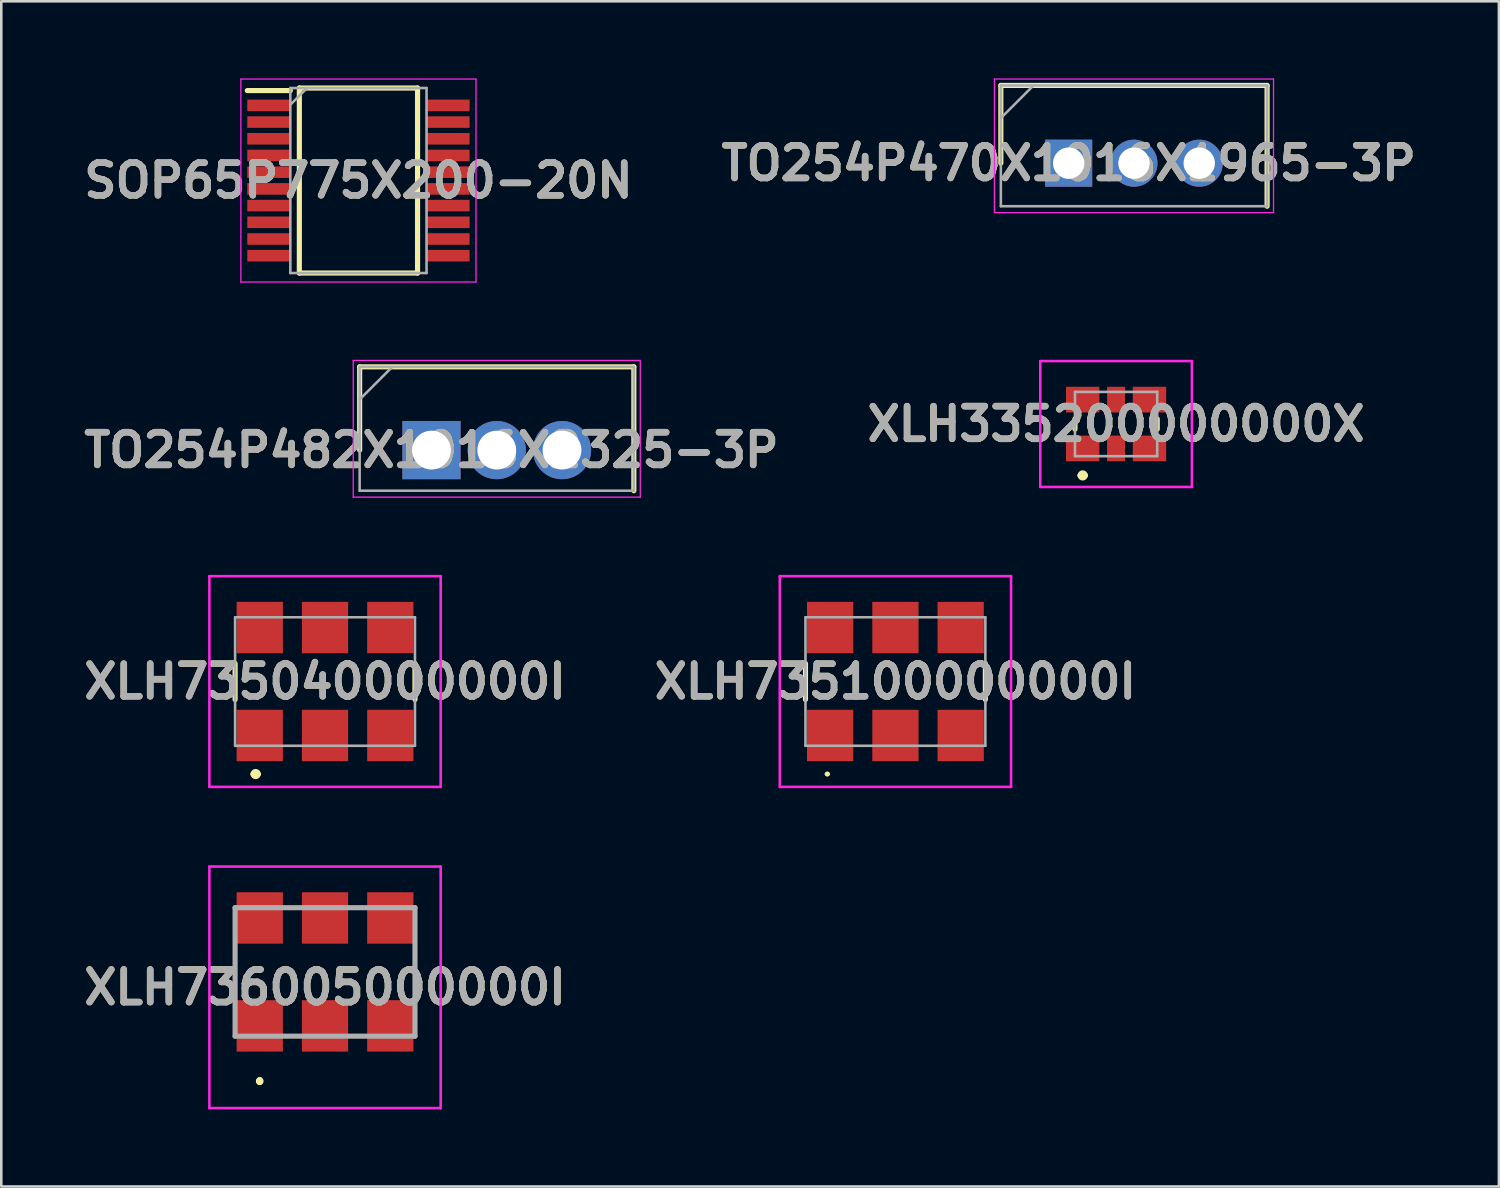
<source format=kicad_pcb>
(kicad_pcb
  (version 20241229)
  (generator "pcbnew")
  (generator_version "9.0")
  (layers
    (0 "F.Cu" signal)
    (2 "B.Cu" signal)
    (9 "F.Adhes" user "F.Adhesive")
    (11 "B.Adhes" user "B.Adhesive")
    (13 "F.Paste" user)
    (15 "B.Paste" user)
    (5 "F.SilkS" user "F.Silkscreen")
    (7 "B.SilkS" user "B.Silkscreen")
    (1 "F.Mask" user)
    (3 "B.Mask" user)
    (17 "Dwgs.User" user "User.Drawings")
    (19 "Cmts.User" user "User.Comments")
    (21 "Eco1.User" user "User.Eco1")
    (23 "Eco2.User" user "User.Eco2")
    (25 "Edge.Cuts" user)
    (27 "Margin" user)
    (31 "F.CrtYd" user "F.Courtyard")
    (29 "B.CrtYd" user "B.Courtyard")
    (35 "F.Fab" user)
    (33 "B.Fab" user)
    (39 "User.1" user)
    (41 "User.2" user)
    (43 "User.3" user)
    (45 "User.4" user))
  (footprint "XLH735040000000I"
    (layer "F.Cu")
    (at 9.598 23.47)
    (property "Reference" "XLH735040000000I" (at 0 0 0) (layer "F.SilkS") (effects (font (size 1.27 1.27) (thickness 0.254))))
    (attr smd)
    (fp_line (start -3.5 -0.7) (end -3.5 0.7) (stroke (width 0.2) (type solid)) (layer "F.SilkS"))
    (fp_line (start -2.8 3.6) (end -2.8 3.6) (stroke (width 0.2) (type solid)) (layer "F.SilkS"))
    (fp_line (start -2.6 3.6) (end -2.6 3.6) (stroke (width 0.2) (type solid)) (layer "F.SilkS"))
    (fp_line (start 3.5 -0.7) (end 3.5 0.7) (stroke (width 0.2) (type solid)) (layer "F.SilkS"))
    (fp_arc (start -2.8 3.6) (mid -2.7 3.5) (end -2.6 3.6) (stroke (width 0.2) (type solid)) (layer "F.SilkS"))
    (fp_arc (start -2.6 3.6) (mid -2.7 3.7) (end -2.8 3.6) (stroke (width 0.2) (type solid)) (layer "F.SilkS"))
    (fp_line (start -4.5 -4.1) (end 4.5 -4.1) (stroke (width 0.1) (type solid)) (layer "F.CrtYd"))
    (fp_line (start -4.5 4.1) (end -4.5 -4.1) (stroke (width 0.1) (type solid)) (layer "F.CrtYd"))
    (fp_line (start 4.5 -4.1) (end 4.5 4.1) (stroke (width 0.1) (type solid)) (layer "F.CrtYd"))
    (fp_line (start 4.5 4.1) (end -4.5 4.1) (stroke (width 0.1) (type solid)) (layer "F.CrtYd"))
    (fp_line (start -3.5 -2.5) (end 3.5 -2.5) (stroke (width 0.1) (type solid)) (layer "F.Fab"))
    (fp_line (start -3.5 2.5) (end -3.5 -2.5) (stroke (width 0.1) (type solid)) (layer "F.Fab"))
    (fp_line (start 3.5 -2.5) (end 3.5 2.5) (stroke (width 0.1) (type solid)) (layer "F.Fab"))
    (fp_line (start 3.5 2.5) (end -3.5 2.5) (stroke (width 0.1) (type solid)) (layer "F.Fab"))
    (fp_text user "${REFERENCE}" (at 0 0 0) (layer "F.Fab") (effects (font (size 1.27 1.27) (thickness 0.254))))
    (pad "1" smd rect (at -2.54 2.1) (size 1.8 2) (layers "F.Cu" "F.Mask" "F.Paste"))
    (pad "2" smd rect (at 0 2.1) (size 1.8 2) (layers "F.Cu" "F.Mask" "F.Paste"))
    (pad "3" smd rect (at 2.54 2.1) (size 1.8 2) (layers "F.Cu" "F.Mask" "F.Paste"))
    (pad "4" smd rect (at 2.54 -2.1) (size 1.8 2) (layers "F.Cu" "F.Mask" "F.Paste"))
    (pad "5" smd rect (at 0 -2.1) (size 1.8 2) (layers "F.Cu" "F.Mask" "F.Paste"))
    (pad "6" smd rect (at -2.54 -2.1) (size 1.8 2) (layers "F.Cu" "F.Mask" "F.Paste")))
  (footprint "TO254P482X1016X2325-3P"
    (layer "F.Cu")
    (at 13.74 14.465)
    (property "Reference" "TO254P482X1016X2325-3P" (at 0 0 0) (layer "F.SilkS") (effects (font (size 1.27 1.27) (thickness 0.254))))
    (attr through_hole)
    (fp_line (start -2.795 -3.24) (end -2.795 0) (stroke (width 0.2) (type solid)) (layer "F.SilkS"))
    (fp_line (start 7.875 -3.24) (end -2.795 -3.24) (stroke (width 0.2) (type solid)) (layer "F.SilkS"))
    (fp_line (start 7.875 1.58) (end 7.875 -3.24) (stroke (width 0.2) (type solid)) (layer "F.SilkS"))
    (fp_line (start -3.045 -3.49) (end 8.125 -3.49) (stroke (width 0.05) (type solid)) (layer "F.CrtYd"))
    (fp_line (start -3.045 1.83) (end -3.045 -3.49) (stroke (width 0.05) (type solid)) (layer "F.CrtYd"))
    (fp_line (start 8.125 -3.49) (end 8.125 1.83) (stroke (width 0.05) (type solid)) (layer "F.CrtYd"))
    (fp_line (start 8.125 1.83) (end -3.045 1.83) (stroke (width 0.05) (type solid)) (layer "F.CrtYd"))
    (fp_line (start -2.795 -3.24) (end 7.875 -3.24) (stroke (width 0.1) (type solid)) (layer "F.Fab"))
    (fp_line (start -2.795 -1.97) (end -1.525 -3.24) (stroke (width 0.1) (type solid)) (layer "F.Fab"))
    (fp_line (start -2.795 1.58) (end -2.795 -3.24) (stroke (width 0.1) (type solid)) (layer "F.Fab"))
    (fp_line (start 7.875 -3.24) (end 7.875 1.58) (stroke (width 0.1) (type solid)) (layer "F.Fab"))
    (fp_line (start 7.875 1.58) (end -2.795 1.58) (stroke (width 0.1) (type solid)) (layer "F.Fab"))
    (fp_text user "${REFERENCE}" (at 0 0 0) (layer "F.Fab") (effects (font (size 1.27 1.27) (thickness 0.254))))
    (pad "1" thru_hole rect (at 0 0) (size 2.265 2.265) (drill 1.51) (layers "*.Cu" "*.Mask"))
    (pad "2" thru_hole circle (at 2.54 0) (size 2.265 2.265) (drill 1.51) (layers "*.Cu" "*.Mask"))
    (pad "3" thru_hole circle (at 5.08 0) (size 2.265 2.265) (drill 1.51) (layers "*.Cu" "*.Mask")))
  (footprint "SOP65P775X200-20N"
    (layer "F.Cu")
    (at 10.898 3.975)
    (property "Reference" "SOP65P775X200-20N" (at 0 0 0) (layer "F.SilkS") (effects (font (size 1.27 1.27) (thickness 0.254))))
    (attr smd)
    (fp_line (start -4.325 -3.5) (end -2.65 -3.5) (stroke (width 0.2) (type solid)) (layer "F.SilkS"))
    (fp_line (start -2.3 -3.6) (end 2.3 -3.6) (stroke (width 0.2) (type solid)) (layer "F.SilkS"))
    (fp_line (start -2.3 3.6) (end -2.3 -3.6) (stroke (width 0.2) (type solid)) (layer "F.SilkS"))
    (fp_line (start 2.3 -3.6) (end 2.3 3.6) (stroke (width 0.2) (type solid)) (layer "F.SilkS"))
    (fp_line (start 2.3 3.6) (end -2.3 3.6) (stroke (width 0.2) (type solid)) (layer "F.SilkS"))
    (fp_line (start -4.575 -3.95) (end 4.575 -3.95) (stroke (width 0.05) (type solid)) (layer "F.CrtYd"))
    (fp_line (start -4.575 3.95) (end -4.575 -3.95) (stroke (width 0.05) (type solid)) (layer "F.CrtYd"))
    (fp_line (start 4.575 -3.95) (end 4.575 3.95) (stroke (width 0.05) (type solid)) (layer "F.CrtYd"))
    (fp_line (start 4.575 3.95) (end -4.575 3.95) (stroke (width 0.05) (type solid)) (layer "F.CrtYd"))
    (fp_line (start -2.65 -3.6) (end 2.65 -3.6) (stroke (width 0.1) (type solid)) (layer "F.Fab"))
    (fp_line (start -2.65 -2.95) (end -2 -3.6) (stroke (width 0.1) (type solid)) (layer "F.Fab"))
    (fp_line (start -2.65 3.6) (end -2.65 -3.6) (stroke (width 0.1) (type solid)) (layer "F.Fab"))
    (fp_line (start 2.65 -3.6) (end 2.65 3.6) (stroke (width 0.1) (type solid)) (layer "F.Fab"))
    (fp_line (start 2.65 3.6) (end -2.65 3.6) (stroke (width 0.1) (type solid)) (layer "F.Fab"))
    (fp_text user "${REFERENCE}" (at 0 0 0) (layer "F.Fab") (effects (font (size 1.27 1.27) (thickness 0.254))))
    (pad "1" smd rect (at -3.488 -2.925 90) (size 0.45 1.675) (layers "F.Cu" "F.Mask" "F.Paste"))
    (pad "2" smd rect (at -3.488 -2.275 90) (size 0.45 1.675) (layers "F.Cu" "F.Mask" "F.Paste"))
    (pad "3" smd rect (at -3.488 -1.625 90) (size 0.45 1.675) (layers "F.Cu" "F.Mask" "F.Paste"))
    (pad "4" smd rect (at -3.488 -0.975 90) (size 0.45 1.675) (layers "F.Cu" "F.Mask" "F.Paste"))
    (pad "5" smd rect (at -3.488 -0.325 90) (size 0.45 1.675) (layers "F.Cu" "F.Mask" "F.Paste"))
    (pad "6" smd rect (at -3.488 0.325 90) (size 0.45 1.675) (layers "F.Cu" "F.Mask" "F.Paste"))
    (pad "7" smd rect (at -3.488 0.975 90) (size 0.45 1.675) (layers "F.Cu" "F.Mask" "F.Paste"))
    (pad "8" smd rect (at -3.488 1.625 90) (size 0.45 1.675) (layers "F.Cu" "F.Mask" "F.Paste"))
    (pad "9" smd rect (at -3.488 2.275 90) (size 0.45 1.675) (layers "F.Cu" "F.Mask" "F.Paste"))
    (pad "10" smd rect (at -3.488 2.925 90) (size 0.45 1.675) (layers "F.Cu" "F.Mask" "F.Paste"))
    (pad "11" smd rect (at 3.488 2.925 90) (size 0.45 1.675) (layers "F.Cu" "F.Mask" "F.Paste"))
    (pad "12" smd rect (at 3.488 2.275 90) (size 0.45 1.675) (layers "F.Cu" "F.Mask" "F.Paste"))
    (pad "13" smd rect (at 3.488 1.625 90) (size 0.45 1.675) (layers "F.Cu" "F.Mask" "F.Paste"))
    (pad "14" smd rect (at 3.488 0.975 90) (size 0.45 1.675) (layers "F.Cu" "F.Mask" "F.Paste"))
    (pad "15" smd rect (at 3.488 0.325 90) (size 0.45 1.675) (layers "F.Cu" "F.Mask" "F.Paste"))
    (pad "16" smd rect (at 3.488 -0.325 90) (size 0.45 1.675) (layers "F.Cu" "F.Mask" "F.Paste"))
    (pad "17" smd rect (at 3.488 -0.975 90) (size 0.45 1.675) (layers "F.Cu" "F.Mask" "F.Paste"))
    (pad "18" smd rect (at 3.488 -1.625 90) (size 0.45 1.675) (layers "F.Cu" "F.Mask" "F.Paste"))
    (pad "19" smd rect (at 3.488 -2.275 90) (size 0.45 1.675) (layers "F.Cu" "F.Mask" "F.Paste"))
    (pad "20" smd rect (at 3.488 -2.925 90) (size 0.45 1.675) (layers "F.Cu" "F.Mask" "F.Paste")))
  (footprint "XLH335200000000X"
    (layer "F.Cu")
    (at 40.38 13.45)
    (property "Reference" "XLH335200000000X" (at 0 0 0) (layer "F.SilkS") (effects (font (size 1.27 1.27) (thickness 0.254))))
    (attr smd)
    (fp_line (start -1.6 0.2) (end -1.6 -0.2) (stroke (width 0.2) (type solid)) (layer "F.SilkS"))
    (fp_line (start -1.4 2) (end -1.4 2) (stroke (width 0.2) (type solid)) (layer "F.SilkS"))
    (fp_line (start -1.2 2) (end -1.2 2) (stroke (width 0.2) (type solid)) (layer "F.SilkS"))
    (fp_line (start 1.6 0.2) (end 1.6 -0.2) (stroke (width 0.2) (type solid)) (layer "F.SilkS"))
    (fp_arc (start -1.4 2) (mid -1.3 1.9) (end -1.2 2) (stroke (width 0.2) (type solid)) (layer "F.SilkS"))
    (fp_arc (start -1.2 2) (mid -1.3 2.1) (end -1.4 2) (stroke (width 0.2) (type solid)) (layer "F.SilkS"))
    (fp_line (start -2.95 -2.45) (end 2.95 -2.45) (stroke (width 0.1) (type solid)) (layer "F.CrtYd"))
    (fp_line (start -2.95 2.45) (end -2.95 -2.45) (stroke (width 0.1) (type solid)) (layer "F.CrtYd"))
    (fp_line (start 2.95 -2.45) (end 2.95 2.45) (stroke (width 0.1) (type solid)) (layer "F.CrtYd"))
    (fp_line (start 2.95 2.45) (end -2.95 2.45) (stroke (width 0.1) (type solid)) (layer "F.CrtYd"))
    (fp_line (start -1.6 -1.25) (end 1.6 -1.25) (stroke (width 0.1) (type solid)) (layer "F.Fab"))
    (fp_line (start -1.6 1.25) (end -1.6 -1.25) (stroke (width 0.1) (type solid)) (layer "F.Fab"))
    (fp_line (start 1.6 -1.25) (end 1.6 1.25) (stroke (width 0.1) (type solid)) (layer "F.Fab"))
    (fp_line (start 1.6 1.25) (end -1.6 1.25) (stroke (width 0.1) (type solid)) (layer "F.Fab"))
    (fp_text user "${REFERENCE}" (at 0 0 0) (layer "F.Fab") (effects (font (size 1.27 1.27) (thickness 0.254))))
    (pad "1" smd rect (at -1.3 0.95 90) (size 1 1.3) (layers "F.Cu" "F.Mask" "F.Paste"))
    (pad "2" smd rect (at 0 0.95) (size 0.7 1) (layers "F.Cu" "F.Mask" "F.Paste"))
    (pad "3" smd rect (at 1.3 0.95 90) (size 1 1.3) (layers "F.Cu" "F.Mask" "F.Paste"))
    (pad "4" smd rect (at 1.3 -0.95 90) (size 1 1.3) (layers "F.Cu" "F.Mask" "F.Paste"))
    (pad "5" smd rect (at 0 -0.95) (size 0.7 1) (layers "F.Cu" "F.Mask" "F.Paste"))
    (pad "6" smd rect (at -1.3 -0.95 90) (size 1 1.3) (layers "F.Cu" "F.Mask" "F.Paste")))
  (footprint "XLH735100000000I"
    (layer "F.Cu")
    (at 31.793 23.47)
    (property "Reference" "XLH735100000000I" (at 0 0 0) (layer "F.SilkS") (effects (font (size 1.27 1.27) (thickness 0.254))))
    (attr smd)
    (fp_line (start -3.5 -0.7) (end -3.5 0.7) (stroke (width 0.2) (type solid)) (layer "F.SilkS"))
    (fp_line (start -2.7 3.6) (end -2.7 3.6) (stroke (width 0.1) (type solid)) (layer "F.SilkS"))
    (fp_line (start -2.6 3.6) (end -2.6 3.6) (stroke (width 0.1) (type solid)) (layer "F.SilkS"))
    (fp_line (start 3.5 -0.7) (end 3.5 0.7) (stroke (width 0.2) (type solid)) (layer "F.SilkS"))
    (fp_arc (start -2.7 3.6) (mid -2.65 3.55) (end -2.6 3.6) (stroke (width 0.1) (type solid)) (layer "F.SilkS"))
    (fp_arc (start -2.6 3.6) (mid -2.65 3.65) (end -2.7 3.6) (stroke (width 0.1) (type solid)) (layer "F.SilkS"))
    (fp_line (start -4.5 -4.1) (end 4.5 -4.1) (stroke (width 0.1) (type solid)) (layer "F.CrtYd"))
    (fp_line (start -4.5 4.1) (end -4.5 -4.1) (stroke (width 0.1) (type solid)) (layer "F.CrtYd"))
    (fp_line (start 4.5 -4.1) (end 4.5 4.1) (stroke (width 0.1) (type solid)) (layer "F.CrtYd"))
    (fp_line (start 4.5 4.1) (end -4.5 4.1) (stroke (width 0.1) (type solid)) (layer "F.CrtYd"))
    (fp_line (start -3.5 -2.5) (end 3.5 -2.5) (stroke (width 0.1) (type solid)) (layer "F.Fab"))
    (fp_line (start -3.5 2.5) (end -3.5 -2.5) (stroke (width 0.1) (type solid)) (layer "F.Fab"))
    (fp_line (start 3.5 -2.5) (end 3.5 2.5) (stroke (width 0.1) (type solid)) (layer "F.Fab"))
    (fp_line (start 3.5 2.5) (end -3.5 2.5) (stroke (width 0.1) (type solid)) (layer "F.Fab"))
    (fp_text user "${REFERENCE}" (at 0 0 0) (layer "F.Fab") (effects (font (size 1.27 1.27) (thickness 0.254))))
    (pad "1" smd rect (at -2.54 2.1) (size 1.8 2) (layers "F.Cu" "F.Mask" "F.Paste"))
    (pad "2" smd rect (at 0 2.1) (size 1.8 2) (layers "F.Cu" "F.Mask" "F.Paste"))
    (pad "3" smd rect (at 2.54 2.1) (size 1.8 2) (layers "F.Cu" "F.Mask" "F.Paste"))
    (pad "4" smd rect (at 2.54 -2.1) (size 1.8 2) (layers "F.Cu" "F.Mask" "F.Paste"))
    (pad "5" smd rect (at 0 -2.1) (size 1.8 2) (layers "F.Cu" "F.Mask" "F.Paste"))
    (pad "6" smd rect (at -2.54 -2.1) (size 1.8 2) (layers "F.Cu" "F.Mask" "F.Paste")))
  (footprint "TO254P470X1016X1965-3P"
    (layer "F.Cu")
    (at 38.536 3.3)
    (property "Reference" "TO254P470X1016X1965-3P" (at 0 0 0) (layer "F.SilkS") (effects (font (size 1.27 1.27) (thickness 0.254))))
    (attr through_hole)
    (fp_line (start -2.64 -3.025) (end -2.64 0) (stroke (width 0.2) (type solid)) (layer "F.SilkS"))
    (fp_line (start 7.72 -3.025) (end -2.64 -3.025) (stroke (width 0.2) (type solid)) (layer "F.SilkS"))
    (fp_line (start 7.72 1.675) (end 7.72 -3.025) (stroke (width 0.2) (type solid)) (layer "F.SilkS"))
    (fp_line (start -2.89 -3.275) (end 7.97 -3.275) (stroke (width 0.05) (type solid)) (layer "F.CrtYd"))
    (fp_line (start -2.89 1.925) (end -2.89 -3.275) (stroke (width 0.05) (type solid)) (layer "F.CrtYd"))
    (fp_line (start 7.97 -3.275) (end 7.97 1.925) (stroke (width 0.05) (type solid)) (layer "F.CrtYd"))
    (fp_line (start 7.97 1.925) (end -2.89 1.925) (stroke (width 0.05) (type solid)) (layer "F.CrtYd"))
    (fp_line (start -2.64 -3.025) (end 7.72 -3.025) (stroke (width 0.1) (type solid)) (layer "F.Fab"))
    (fp_line (start -2.64 -1.755) (end -1.37 -3.025) (stroke (width 0.1) (type solid)) (layer "F.Fab"))
    (fp_line (start -2.64 1.675) (end -2.64 -3.025) (stroke (width 0.1) (type solid)) (layer "F.Fab"))
    (fp_line (start 7.72 -3.025) (end 7.72 1.675) (stroke (width 0.1) (type solid)) (layer "F.Fab"))
    (fp_line (start 7.72 1.675) (end -2.64 1.675) (stroke (width 0.1) (type solid)) (layer "F.Fab"))
    (fp_text user "${REFERENCE}" (at 0 0 0) (layer "F.Fab") (effects (font (size 1.27 1.27) (thickness 0.254))))
    (pad "1" thru_hole rect (at 0 0) (size 1.83 1.83) (drill 1.22) (layers "*.Cu" "*.Mask"))
    (pad "2" thru_hole circle (at 2.54 0) (size 1.83 1.83) (drill 1.22) (layers "*.Cu" "*.Mask"))
    (pad "3" thru_hole circle (at 5.08 0) (size 1.83 1.83) (drill 1.22) (layers "*.Cu" "*.Mask")))
  (footprint "XLH736005000000I"
    (layer "F.Cu")
    (at 9.598 34.77)
    (property "Reference" "XLH736005000000I" (at 0 0.6 0) (layer "F.SilkS") (effects (font (size 1.27 1.27) (thickness 0.254))))
    (attr smd)
    (fp_line (start -3.5 -0.5) (end -3.5 -0.5) (stroke (width 0.1) (type solid)) (layer "F.SilkS"))
    (fp_line (start -3.5 -0.5) (end -3.5 0.5) (stroke (width 0.1) (type solid)) (layer "F.SilkS"))
    (fp_line (start -3.5 0.5) (end -3.5 -0.5) (stroke (width 0.1) (type solid)) (layer "F.SilkS"))
    (fp_line (start -3.5 0.5) (end -3.5 0.5) (stroke (width 0.1) (type solid)) (layer "F.SilkS"))
    (fp_line (start -2.54 4.2) (end -2.54 4.2) (stroke (width 0.2) (type solid)) (layer "F.SilkS"))
    (fp_line (start -2.54 4.2) (end -2.54 4.2) (stroke (width 0.2) (type solid)) (layer "F.SilkS"))
    (fp_line (start -2.54 4.3) (end -2.54 4.3) (stroke (width 0.2) (type solid)) (layer "F.SilkS"))
    (fp_line (start 3.5 -0.5) (end 3.5 -0.5) (stroke (width 0.1) (type solid)) (layer "F.SilkS"))
    (fp_line (start 3.5 -0.5) (end 3.5 0.5) (stroke (width 0.1) (type solid)) (layer "F.SilkS"))
    (fp_line (start 3.5 0.5) (end 3.5 -0.5) (stroke (width 0.1) (type solid)) (layer "F.SilkS"))
    (fp_line (start 3.5 0.5) (end 3.5 0.5) (stroke (width 0.1) (type solid)) (layer "F.SilkS"))
    (fp_arc (start -2.54 4.2) (mid -2.49 4.25) (end -2.54 4.3) (stroke (width 0.2) (type solid)) (layer "F.SilkS"))
    (fp_arc (start -2.54 4.3) (mid -2.59 4.25) (end -2.54 4.2) (stroke (width 0.2) (type solid)) (layer "F.SilkS"))
    (fp_arc (start -2.54 4.3) (mid -2.59 4.25) (end -2.54 4.2) (stroke (width 0.2) (type solid)) (layer "F.SilkS"))
    (fp_line (start -4.5 -4.1) (end 4.5 -4.1) (stroke (width 0.1) (type solid)) (layer "F.CrtYd"))
    (fp_line (start -4.5 5.3) (end -4.5 -4.1) (stroke (width 0.1) (type solid)) (layer "F.CrtYd"))
    (fp_line (start 4.5 -4.1) (end 4.5 5.3) (stroke (width 0.1) (type solid)) (layer "F.CrtYd"))
    (fp_line (start 4.5 5.3) (end -4.5 5.3) (stroke (width 0.1) (type solid)) (layer "F.CrtYd"))
    (fp_line (start -3.5 -2.5) (end -3.5 2.5) (stroke (width 0.2) (type solid)) (layer "F.Fab"))
    (fp_line (start -3.5 2.5) (end 3.5 2.5) (stroke (width 0.2) (type solid)) (layer "F.Fab"))
    (fp_line (start 3.5 -2.5) (end -3.5 -2.5) (stroke (width 0.2) (type solid)) (layer "F.Fab"))
    (fp_line (start 3.5 2.5) (end 3.5 -2.5) (stroke (width 0.2) (type solid)) (layer "F.Fab"))
    (fp_text user "${REFERENCE}" (at 0 0.6 0) (layer "F.Fab") (effects (font (size 1.27 1.27) (thickness 0.254))))
    (pad "1" smd rect (at -2.54 2.1) (size 1.8 2) (layers "F.Cu" "F.Mask" "F.Paste"))
    (pad "2" smd rect (at 0 2.1) (size 1.8 2) (layers "F.Cu" "F.Mask" "F.Paste"))
    (pad "3" smd rect (at 2.54 2.1) (size 1.8 2) (layers "F.Cu" "F.Mask" "F.Paste"))
    (pad "4" smd rect (at 2.54 -2.1) (size 1.8 2) (layers "F.Cu" "F.Mask" "F.Paste"))
    (pad "5" smd rect (at 0 -2.1) (size 1.8 2) (layers "F.Cu" "F.Mask" "F.Paste"))
    (pad "6" smd rect (at -2.54 -2.1) (size 1.8 2) (layers "F.Cu" "F.Mask" "F.Paste")))
  (gr_rect
    (start -3 -3)
    (end 55.276 43.12)
    (stroke (width 0.1) (type default))
    (fill no)
    (layer "Edge.Cuts")))
</source>
